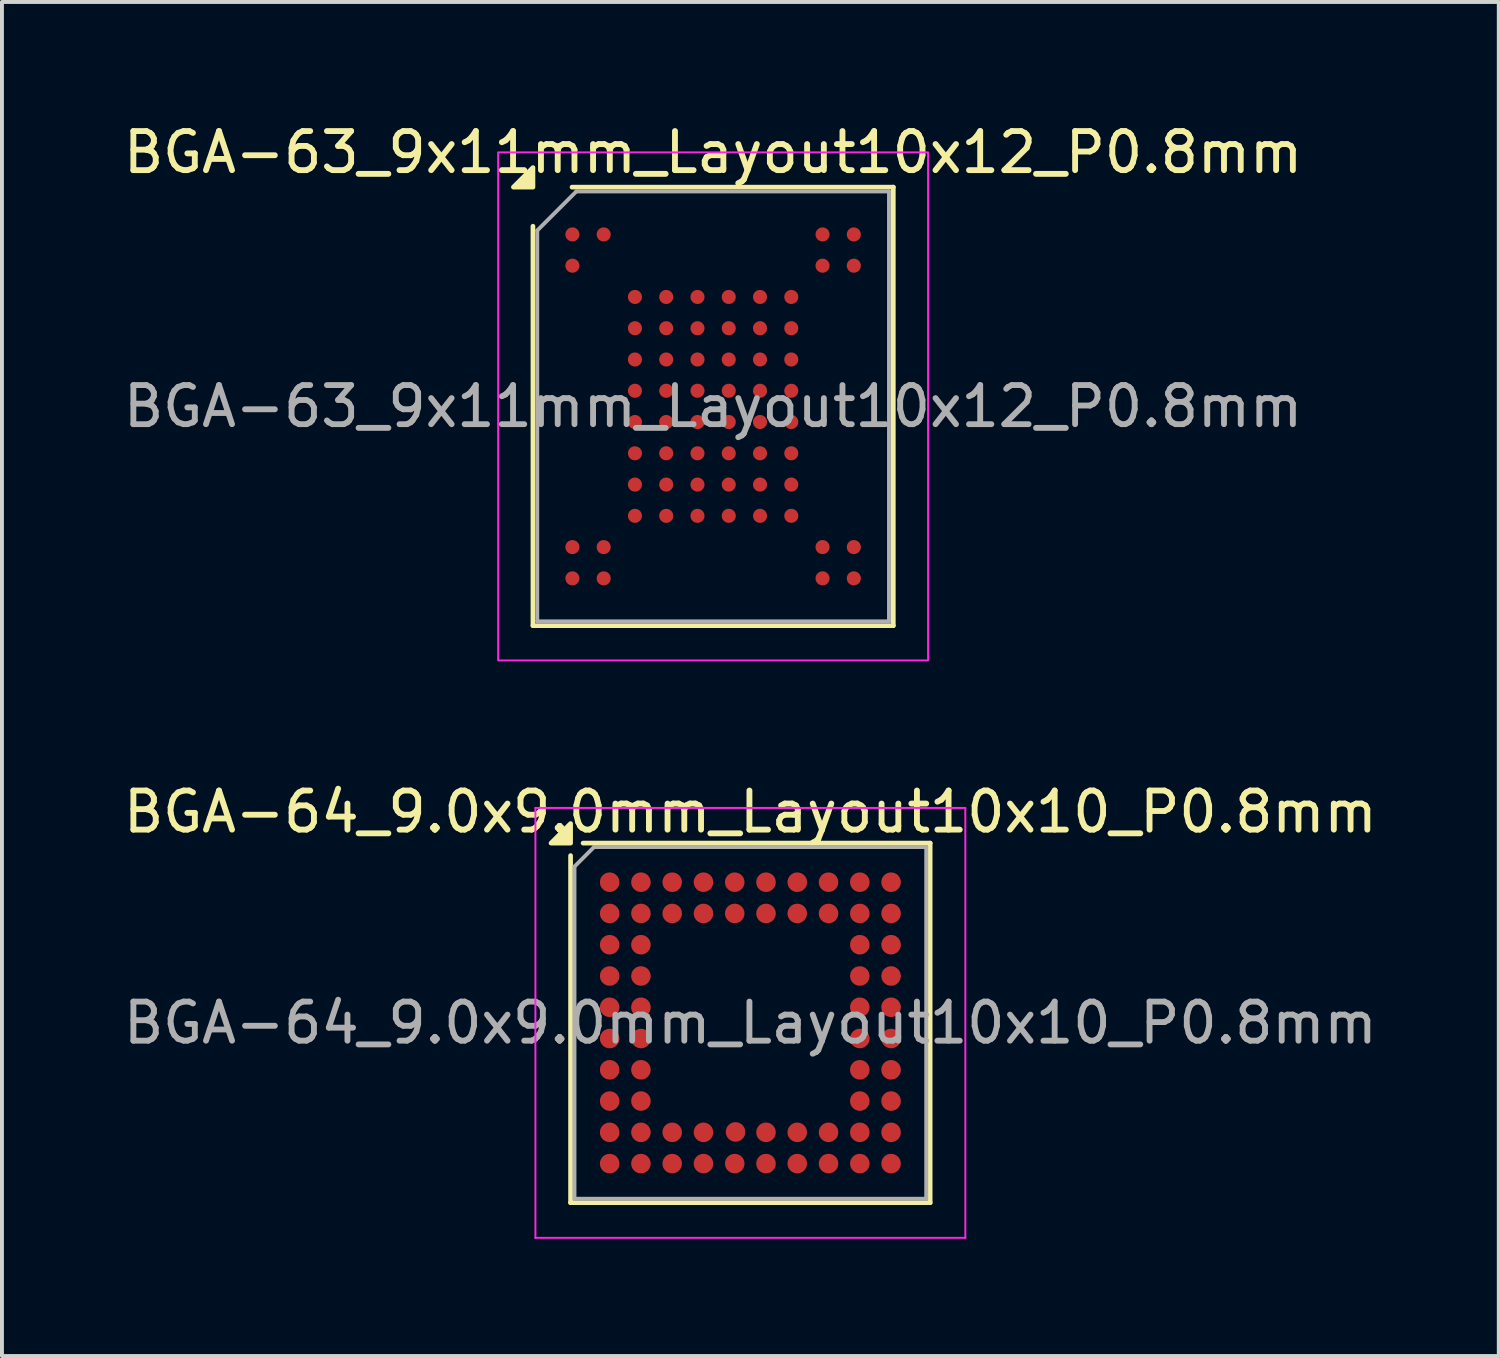
<source format=kicad_pcb>
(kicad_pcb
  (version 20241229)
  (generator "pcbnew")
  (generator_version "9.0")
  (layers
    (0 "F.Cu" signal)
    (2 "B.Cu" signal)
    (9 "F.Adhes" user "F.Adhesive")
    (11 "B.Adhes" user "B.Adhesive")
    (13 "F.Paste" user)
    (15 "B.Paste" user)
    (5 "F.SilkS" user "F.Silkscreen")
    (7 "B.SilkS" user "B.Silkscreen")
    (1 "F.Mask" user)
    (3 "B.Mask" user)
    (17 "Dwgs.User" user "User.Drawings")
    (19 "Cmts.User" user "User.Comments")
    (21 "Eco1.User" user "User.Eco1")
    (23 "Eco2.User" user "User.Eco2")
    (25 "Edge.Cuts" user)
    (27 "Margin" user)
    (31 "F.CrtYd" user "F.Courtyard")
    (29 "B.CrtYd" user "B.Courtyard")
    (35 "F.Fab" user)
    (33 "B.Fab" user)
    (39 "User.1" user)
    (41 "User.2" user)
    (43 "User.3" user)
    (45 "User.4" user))
  (footprint "BGA-63_9x11mm_Layout10x12_P0.8mm"
    (layer "F.Cu")
    (at 15.196 7.348)
    (property "Reference" "BGA-63_9x11mm_Layout10x12_P0.8mm" (at 0 -6.5 0) (layer "F.SilkS") (effects (font (size 1 1) (thickness 0.15))))
    (attr smd)
    (fp_line (start -4.61 5.61) (end -4.61 -4.61) (stroke (width 0.12) (type solid)) (layer "F.SilkS"))
    (fp_line (start -3.61 -5.61) (end 4.61 -5.61) (stroke (width 0.12) (type solid)) (layer "F.SilkS"))
    (fp_line (start 4.61 -5.61) (end 4.61 5.61) (stroke (width 0.12) (type solid)) (layer "F.SilkS"))
    (fp_line (start 4.61 5.61) (end -4.61 5.61) (stroke (width 0.12) (type solid)) (layer "F.SilkS"))
    (fp_poly (pts (xy -4.61 -5.61) (xy -5.11 -5.61) (xy -4.61 -6.11)) (stroke (width 0.12) (type solid)) (fill yes) (layer "F.SilkS"))
    (fp_rect (start -5.5 -6.5) (end 5.5 6.5) (stroke (width 0.05) (type solid)) (fill no) (layer "F.CrtYd"))
    (fp_line (start -4.5 -4.5) (end -3.5 -5.5) (stroke (width 0.1) (type solid)) (layer "F.Fab"))
    (fp_line (start -4.5 5.5) (end -4.5 -4.5) (stroke (width 0.1) (type solid)) (layer "F.Fab"))
    (fp_line (start -3.5 -5.5) (end 4.5 -5.5) (stroke (width 0.1) (type solid)) (layer "F.Fab"))
    (fp_line (start 4.5 -5.5) (end 4.5 5.5) (stroke (width 0.1) (type solid)) (layer "F.Fab"))
    (fp_line (start 4.5 5.5) (end -4.5 5.5) (stroke (width 0.1) (type solid)) (layer "F.Fab"))
    (fp_text user "${REFERENCE}" (at 0 0 0) (layer "F.Fab") (effects (font (size 1 1) (thickness 0.15))))
    (pad "A1" smd circle (at -3.6 -4.4) (size 0.36 0.36) (property pad_prop_bga) (layers "F.Cu" "F.Mask" "F.Paste"))
    (pad "A2" smd circle (at -2.8 -4.4) (size 0.36 0.36) (property pad_prop_bga) (layers "F.Cu" "F.Mask" "F.Paste"))
    (pad "A9" smd circle (at 2.8 -4.4) (size 0.36 0.36) (property pad_prop_bga) (layers "F.Cu" "F.Mask" "F.Paste"))
    (pad "A10" smd circle (at 3.6 -4.4) (size 0.36 0.36) (property pad_prop_bga) (layers "F.Cu" "F.Mask" "F.Paste"))
    (pad "B1" smd circle (at -3.6 -3.6) (size 0.36 0.36) (property pad_prop_bga) (layers "F.Cu" "F.Mask" "F.Paste"))
    (pad "B9" smd circle (at 2.8 -3.6) (size 0.36 0.36) (property pad_prop_bga) (layers "F.Cu" "F.Mask" "F.Paste"))
    (pad "B10" smd circle (at 3.6 -3.6) (size 0.36 0.36) (property pad_prop_bga) (layers "F.Cu" "F.Mask" "F.Paste"))
    (pad "C3" smd circle (at -2 -2.8) (size 0.36 0.36) (property pad_prop_bga) (layers "F.Cu" "F.Mask" "F.Paste"))
    (pad "C4" smd circle (at -1.2 -2.8) (size 0.36 0.36) (property pad_prop_bga) (layers "F.Cu" "F.Mask" "F.Paste"))
    (pad "C5" smd circle (at -0.4 -2.8) (size 0.36 0.36) (property pad_prop_bga) (layers "F.Cu" "F.Mask" "F.Paste"))
    (pad "C6" smd circle (at 0.4 -2.8) (size 0.36 0.36) (property pad_prop_bga) (layers "F.Cu" "F.Mask" "F.Paste"))
    (pad "C7" smd circle (at 1.2 -2.8) (size 0.36 0.36) (property pad_prop_bga) (layers "F.Cu" "F.Mask" "F.Paste"))
    (pad "C8" smd circle (at 2 -2.8) (size 0.36 0.36) (property pad_prop_bga) (layers "F.Cu" "F.Mask" "F.Paste"))
    (pad "D3" smd circle (at -2 -2) (size 0.36 0.36) (property pad_prop_bga) (layers "F.Cu" "F.Mask" "F.Paste"))
    (pad "D4" smd circle (at -1.2 -2) (size 0.36 0.36) (property pad_prop_bga) (layers "F.Cu" "F.Mask" "F.Paste"))
    (pad "D5" smd circle (at -0.4 -2) (size 0.36 0.36) (property pad_prop_bga) (layers "F.Cu" "F.Mask" "F.Paste"))
    (pad "D6" smd circle (at 0.4 -2) (size 0.36 0.36) (property pad_prop_bga) (layers "F.Cu" "F.Mask" "F.Paste"))
    (pad "D7" smd circle (at 1.2 -2) (size 0.36 0.36) (property pad_prop_bga) (layers "F.Cu" "F.Mask" "F.Paste"))
    (pad "D8" smd circle (at 2 -2) (size 0.36 0.36) (property pad_prop_bga) (layers "F.Cu" "F.Mask" "F.Paste"))
    (pad "E3" smd circle (at -2 -1.2) (size 0.36 0.36) (property pad_prop_bga) (layers "F.Cu" "F.Mask" "F.Paste"))
    (pad "E4" smd circle (at -1.2 -1.2) (size 0.36 0.36) (property pad_prop_bga) (layers "F.Cu" "F.Mask" "F.Paste"))
    (pad "E5" smd circle (at -0.4 -1.2) (size 0.36 0.36) (property pad_prop_bga) (layers "F.Cu" "F.Mask" "F.Paste"))
    (pad "E6" smd circle (at 0.4 -1.2) (size 0.36 0.36) (property pad_prop_bga) (layers "F.Cu" "F.Mask" "F.Paste"))
    (pad "E7" smd circle (at 1.2 -1.2) (size 0.36 0.36) (property pad_prop_bga) (layers "F.Cu" "F.Mask" "F.Paste"))
    (pad "E8" smd circle (at 2 -1.2) (size 0.36 0.36) (property pad_prop_bga) (layers "F.Cu" "F.Mask" "F.Paste"))
    (pad "F3" smd circle (at -2 -0.4) (size 0.36 0.36) (property pad_prop_bga) (layers "F.Cu" "F.Mask" "F.Paste"))
    (pad "F4" smd circle (at -1.2 -0.4) (size 0.36 0.36) (property pad_prop_bga) (layers "F.Cu" "F.Mask" "F.Paste"))
    (pad "F5" smd circle (at -0.4 -0.4) (size 0.36 0.36) (property pad_prop_bga) (layers "F.Cu" "F.Mask" "F.Paste"))
    (pad "F6" smd circle (at 0.4 -0.4) (size 0.36 0.36) (property pad_prop_bga) (layers "F.Cu" "F.Mask" "F.Paste"))
    (pad "F7" smd circle (at 1.2 -0.4) (size 0.36 0.36) (property pad_prop_bga) (layers "F.Cu" "F.Mask" "F.Paste"))
    (pad "F8" smd circle (at 2 -0.4) (size 0.36 0.36) (property pad_prop_bga) (layers "F.Cu" "F.Mask" "F.Paste"))
    (pad "G3" smd circle (at -2 0.4) (size 0.36 0.36) (property pad_prop_bga) (layers "F.Cu" "F.Mask" "F.Paste"))
    (pad "G4" smd circle (at -1.2 0.4) (size 0.36 0.36) (property pad_prop_bga) (layers "F.Cu" "F.Mask" "F.Paste"))
    (pad "G5" smd circle (at -0.4 0.4) (size 0.36 0.36) (property pad_prop_bga) (layers "F.Cu" "F.Mask" "F.Paste"))
    (pad "G6" smd circle (at 0.4 0.4) (size 0.36 0.36) (property pad_prop_bga) (layers "F.Cu" "F.Mask" "F.Paste"))
    (pad "G7" smd circle (at 1.2 0.4) (size 0.36 0.36) (property pad_prop_bga) (layers "F.Cu" "F.Mask" "F.Paste"))
    (pad "G8" smd circle (at 2 0.4) (size 0.36 0.36) (property pad_prop_bga) (layers "F.Cu" "F.Mask" "F.Paste"))
    (pad "H3" smd circle (at -2 1.2) (size 0.36 0.36) (property pad_prop_bga) (layers "F.Cu" "F.Mask" "F.Paste"))
    (pad "H4" smd circle (at -1.2 1.2) (size 0.36 0.36) (property pad_prop_bga) (layers "F.Cu" "F.Mask" "F.Paste"))
    (pad "H5" smd circle (at -0.4 1.2) (size 0.36 0.36) (property pad_prop_bga) (layers "F.Cu" "F.Mask" "F.Paste"))
    (pad "H6" smd circle (at 0.4 1.2) (size 0.36 0.36) (property pad_prop_bga) (layers "F.Cu" "F.Mask" "F.Paste"))
    (pad "H7" smd circle (at 1.2 1.2) (size 0.36 0.36) (property pad_prop_bga) (layers "F.Cu" "F.Mask" "F.Paste"))
    (pad "H8" smd circle (at 2 1.2) (size 0.36 0.36) (property pad_prop_bga) (layers "F.Cu" "F.Mask" "F.Paste"))
    (pad "J3" smd circle (at -2 2) (size 0.36 0.36) (property pad_prop_bga) (layers "F.Cu" "F.Mask" "F.Paste"))
    (pad "J4" smd circle (at -1.2 2) (size 0.36 0.36) (property pad_prop_bga) (layers "F.Cu" "F.Mask" "F.Paste"))
    (pad "J5" smd circle (at -0.4 2) (size 0.36 0.36) (property pad_prop_bga) (layers "F.Cu" "F.Mask" "F.Paste"))
    (pad "J6" smd circle (at 0.4 2) (size 0.36 0.36) (property pad_prop_bga) (layers "F.Cu" "F.Mask" "F.Paste"))
    (pad "J7" smd circle (at 1.2 2) (size 0.36 0.36) (property pad_prop_bga) (layers "F.Cu" "F.Mask" "F.Paste"))
    (pad "J8" smd circle (at 2 2) (size 0.36 0.36) (property pad_prop_bga) (layers "F.Cu" "F.Mask" "F.Paste"))
    (pad "K3" smd circle (at -2 2.8) (size 0.36 0.36) (property pad_prop_bga) (layers "F.Cu" "F.Mask" "F.Paste"))
    (pad "K4" smd circle (at -1.2 2.8) (size 0.36 0.36) (property pad_prop_bga) (layers "F.Cu" "F.Mask" "F.Paste"))
    (pad "K5" smd circle (at -0.4 2.8) (size 0.36 0.36) (property pad_prop_bga) (layers "F.Cu" "F.Mask" "F.Paste"))
    (pad "K6" smd circle (at 0.4 2.8) (size 0.36 0.36) (property pad_prop_bga) (layers "F.Cu" "F.Mask" "F.Paste"))
    (pad "K7" smd circle (at 1.2 2.8) (size 0.36 0.36) (property pad_prop_bga) (layers "F.Cu" "F.Mask" "F.Paste"))
    (pad "K8" smd circle (at 2 2.8) (size 0.36 0.36) (property pad_prop_bga) (layers "F.Cu" "F.Mask" "F.Paste"))
    (pad "L1" smd circle (at -3.6 3.6) (size 0.36 0.36) (property pad_prop_bga) (layers "F.Cu" "F.Mask" "F.Paste"))
    (pad "L2" smd circle (at -2.8 3.6) (size 0.36 0.36) (property pad_prop_bga) (layers "F.Cu" "F.Mask" "F.Paste"))
    (pad "L9" smd circle (at 2.8 3.6) (size 0.36 0.36) (property pad_prop_bga) (layers "F.Cu" "F.Mask" "F.Paste"))
    (pad "L10" smd circle (at 3.6 3.6) (size 0.36 0.36) (property pad_prop_bga) (layers "F.Cu" "F.Mask" "F.Paste"))
    (pad "M1" smd circle (at -3.6 4.4) (size 0.36 0.36) (property pad_prop_bga) (layers "F.Cu" "F.Mask" "F.Paste"))
    (pad "M2" smd circle (at -2.8 4.4) (size 0.36 0.36) (property pad_prop_bga) (layers "F.Cu" "F.Mask" "F.Paste"))
    (pad "M9" smd circle (at 2.8 4.4) (size 0.36 0.36) (property pad_prop_bga) (layers "F.Cu" "F.Mask" "F.Paste"))
    (pad "M10" smd circle (at 3.6 4.4) (size 0.36 0.36) (property pad_prop_bga) (layers "F.Cu" "F.Mask" "F.Paste")))
  (footprint "BGA-64_9.0x9.0mm_Layout10x10_P0.8mm"
    (layer "F.Cu")
    (at 16.149 23.122)
    (property "Reference" "BGA-64_9.0x9.0mm_Layout10x10_P0.8mm" (at 0 -5.4 0) (layer "F.SilkS") (effects (font (size 1 1) (thickness 0.15))))
    (attr smd)
    (fp_line (start -4.6 -4.28) (end -4.6 4.6) (stroke (width 0.12) (type solid)) (layer "F.SilkS"))
    (fp_line (start -4.6 4.6) (end 4.6 4.6) (stroke (width 0.12) (type solid)) (layer "F.SilkS"))
    (fp_line (start 4.6 -4.6) (end -4.28 -4.6) (stroke (width 0.12) (type solid)) (layer "F.SilkS"))
    (fp_line (start 4.6 4.6) (end 4.6 -4.6) (stroke (width 0.12) (type solid)) (layer "F.SilkS"))
    (fp_poly (pts (xy -4.6 -4.6) (xy -5.1 -4.6) (xy -4.6 -5.1) (xy -4.6 -4.6)) (stroke (width 0.12) (type solid)) (fill yes) (layer "F.SilkS"))
    (fp_line (start -5.5 -5.5) (end -5.5 5.5) (stroke (width 0.05) (type solid)) (layer "F.CrtYd"))
    (fp_line (start -5.5 -5.5) (end 5.5 -5.5) (stroke (width 0.05) (type solid)) (layer "F.CrtYd"))
    (fp_line (start 5.5 5.5) (end -5.5 5.5) (stroke (width 0.05) (type solid)) (layer "F.CrtYd"))
    (fp_line (start 5.5 5.5) (end 5.5 -5.5) (stroke (width 0.05) (type solid)) (layer "F.CrtYd"))
    (fp_line (start -4.5 -4) (end -4.5 4.5) (stroke (width 0.1) (type solid)) (layer "F.Fab"))
    (fp_line (start -4.5 4.5) (end 4.5 4.5) (stroke (width 0.1) (type solid)) (layer "F.Fab"))
    (fp_line (start -4 -4.5) (end -4.5 -4) (stroke (width 0.1) (type solid)) (layer "F.Fab"))
    (fp_line (start 4.5 -4.5) (end -4 -4.5) (stroke (width 0.1) (type solid)) (layer "F.Fab"))
    (fp_line (start 4.5 4.5) (end 4.5 -4.5) (stroke (width 0.1) (type solid)) (layer "F.Fab"))
    (fp_text user "${REFERENCE}" (at 0 0 0) (layer "F.Fab") (effects (font (size 1 1) (thickness 0.15))))
    (pad "A1" smd circle (at -3.6 -3.6) (size 0.5 0.5) (property pad_prop_bga) (layers "F.Cu" "F.Mask" "F.Paste"))
    (pad "A2" smd circle (at -2.8 -3.6) (size 0.5 0.5) (property pad_prop_bga) (layers "F.Cu" "F.Mask" "F.Paste"))
    (pad "A3" smd circle (at -2 -3.6) (size 0.5 0.5) (property pad_prop_bga) (layers "F.Cu" "F.Mask" "F.Paste"))
    (pad "A4" smd circle (at -1.2 -3.6) (size 0.5 0.5) (property pad_prop_bga) (layers "F.Cu" "F.Mask" "F.Paste"))
    (pad "A5" smd circle (at -0.4 -3.6) (size 0.5 0.5) (property pad_prop_bga) (layers "F.Cu" "F.Mask" "F.Paste"))
    (pad "A6" smd circle (at 0.4 -3.6) (size 0.5 0.5) (property pad_prop_bga) (layers "F.Cu" "F.Mask" "F.Paste"))
    (pad "A7" smd circle (at 1.2 -3.6) (size 0.5 0.5) (property pad_prop_bga) (layers "F.Cu" "F.Mask" "F.Paste"))
    (pad "A8" smd circle (at 2 -3.6) (size 0.5 0.5) (property pad_prop_bga) (layers "F.Cu" "F.Mask" "F.Paste"))
    (pad "A9" smd circle (at 2.8 -3.6) (size 0.5 0.5) (property pad_prop_bga) (layers "F.Cu" "F.Mask" "F.Paste"))
    (pad "A10" smd circle (at 3.6 -3.6) (size 0.5 0.5) (property pad_prop_bga) (layers "F.Cu" "F.Mask" "F.Paste"))
    (pad "B1" smd circle (at -3.6 -2.8) (size 0.5 0.5) (property pad_prop_bga) (layers "F.Cu" "F.Mask" "F.Paste"))
    (pad "B2" smd circle (at -2.8 -2.8) (size 0.5 0.5) (property pad_prop_bga) (layers "F.Cu" "F.Mask" "F.Paste"))
    (pad "B3" smd circle (at -2 -2.8) (size 0.5 0.5) (property pad_prop_bga) (layers "F.Cu" "F.Mask" "F.Paste"))
    (pad "B4" smd circle (at -1.2 -2.8) (size 0.5 0.5) (property pad_prop_bga) (layers "F.Cu" "F.Mask" "F.Paste"))
    (pad "B5" smd circle (at -0.4 -2.8) (size 0.5 0.5) (property pad_prop_bga) (layers "F.Cu" "F.Mask" "F.Paste"))
    (pad "B6" smd circle (at 0.4 -2.8) (size 0.5 0.5) (property pad_prop_bga) (layers "F.Cu" "F.Mask" "F.Paste"))
    (pad "B7" smd circle (at 1.2 -2.8) (size 0.5 0.5) (property pad_prop_bga) (layers "F.Cu" "F.Mask" "F.Paste"))
    (pad "B8" smd circle (at 2 -2.8) (size 0.5 0.5) (property pad_prop_bga) (layers "F.Cu" "F.Mask" "F.Paste"))
    (pad "B9" smd circle (at 2.8 -2.8) (size 0.5 0.5) (property pad_prop_bga) (layers "F.Cu" "F.Mask" "F.Paste"))
    (pad "B10" smd circle (at 3.6 -2.8) (size 0.5 0.5) (property pad_prop_bga) (layers "F.Cu" "F.Mask" "F.Paste"))
    (pad "C1" smd circle (at -3.6 -2) (size 0.5 0.5) (property pad_prop_bga) (layers "F.Cu" "F.Mask" "F.Paste"))
    (pad "C2" smd circle (at -2.8 -2) (size 0.5 0.5) (property pad_prop_bga) (layers "F.Cu" "F.Mask" "F.Paste"))
    (pad "C9" smd circle (at 2.8 -2) (size 0.5 0.5) (property pad_prop_bga) (layers "F.Cu" "F.Mask" "F.Paste"))
    (pad "C10" smd circle (at 3.6 -2) (size 0.5 0.5) (property pad_prop_bga) (layers "F.Cu" "F.Mask" "F.Paste"))
    (pad "D1" smd circle (at -3.6 -1.2) (size 0.5 0.5) (property pad_prop_bga) (layers "F.Cu" "F.Mask" "F.Paste"))
    (pad "D2" smd circle (at -2.8 -1.2) (size 0.5 0.5) (property pad_prop_bga) (layers "F.Cu" "F.Mask" "F.Paste"))
    (pad "D9" smd circle (at 2.8 -1.2) (size 0.5 0.5) (property pad_prop_bga) (layers "F.Cu" "F.Mask" "F.Paste"))
    (pad "D10" smd circle (at 3.6 -1.2) (size 0.5 0.5) (property pad_prop_bga) (layers "F.Cu" "F.Mask" "F.Paste"))
    (pad "E1" smd circle (at -3.6 -0.4) (size 0.5 0.5) (property pad_prop_bga) (layers "F.Cu" "F.Mask" "F.Paste"))
    (pad "E2" smd circle (at -2.8 -0.4) (size 0.5 0.5) (property pad_prop_bga) (layers "F.Cu" "F.Mask" "F.Paste"))
    (pad "E9" smd circle (at 2.8 -0.4) (size 0.5 0.5) (property pad_prop_bga) (layers "F.Cu" "F.Mask" "F.Paste"))
    (pad "E10" smd circle (at 3.6 -0.4) (size 0.5 0.5) (property pad_prop_bga) (layers "F.Cu" "F.Mask" "F.Paste"))
    (pad "F1" smd circle (at -3.6 0.4) (size 0.5 0.5) (property pad_prop_bga) (layers "F.Cu" "F.Mask" "F.Paste"))
    (pad "F2" smd circle (at -2.8 0.4) (size 0.5 0.5) (property pad_prop_bga) (layers "F.Cu" "F.Mask" "F.Paste"))
    (pad "F9" smd circle (at 2.8 0.4) (size 0.5 0.5) (property pad_prop_bga) (layers "F.Cu" "F.Mask" "F.Paste"))
    (pad "F10" smd circle (at 3.6 0.4) (size 0.5 0.5) (property pad_prop_bga) (layers "F.Cu" "F.Mask" "F.Paste"))
    (pad "G1" smd circle (at -3.6 1.2) (size 0.5 0.5) (property pad_prop_bga) (layers "F.Cu" "F.Mask" "F.Paste"))
    (pad "G2" smd circle (at -2.8 1.2) (size 0.5 0.5) (property pad_prop_bga) (layers "F.Cu" "F.Mask" "F.Paste"))
    (pad "G9" smd circle (at 2.8 1.2) (size 0.5 0.5) (property pad_prop_bga) (layers "F.Cu" "F.Mask" "F.Paste"))
    (pad "G10" smd circle (at 3.6 1.2) (size 0.5 0.5) (property pad_prop_bga) (layers "F.Cu" "F.Mask" "F.Paste"))
    (pad "H1" smd circle (at -3.6 2) (size 0.5 0.5) (property pad_prop_bga) (layers "F.Cu" "F.Mask" "F.Paste"))
    (pad "H2" smd circle (at -2.8 2) (size 0.5 0.5) (property pad_prop_bga) (layers "F.Cu" "F.Mask" "F.Paste"))
    (pad "H9" smd circle (at 2.8 2) (size 0.5 0.5) (property pad_prop_bga) (layers "F.Cu" "F.Mask" "F.Paste"))
    (pad "H10" smd circle (at 3.6 2) (size 0.5 0.5) (property pad_prop_bga) (layers "F.Cu" "F.Mask" "F.Paste"))
    (pad "J1" smd circle (at -3.6 2.8) (size 0.5 0.5) (property pad_prop_bga) (layers "F.Cu" "F.Mask" "F.Paste"))
    (pad "J2" smd circle (at -2.8 2.8) (size 0.5 0.5) (property pad_prop_bga) (layers "F.Cu" "F.Mask" "F.Paste"))
    (pad "J3" smd circle (at -2 2.8) (size 0.5 0.5) (property pad_prop_bga) (layers "F.Cu" "F.Mask" "F.Paste"))
    (pad "J4" smd circle (at -1.2 2.8) (size 0.5 0.5) (property pad_prop_bga) (layers "F.Cu" "F.Mask" "F.Paste"))
    (pad "J5" smd circle (at -0.38 2.79) (size 0.5 0.5) (property pad_prop_bga) (layers "F.Cu" "F.Mask" "F.Paste"))
    (pad "J6" smd circle (at 0.4 2.8) (size 0.5 0.5) (property pad_prop_bga) (layers "F.Cu" "F.Mask" "F.Paste"))
    (pad "J7" smd circle (at 1.2 2.8) (size 0.5 0.5) (property pad_prop_bga) (layers "F.Cu" "F.Mask" "F.Paste"))
    (pad "J8" smd circle (at 2 2.8) (size 0.5 0.5) (property pad_prop_bga) (layers "F.Cu" "F.Mask" "F.Paste"))
    (pad "J9" smd circle (at 2.8 2.8) (size 0.5 0.5) (property pad_prop_bga) (layers "F.Cu" "F.Mask" "F.Paste"))
    (pad "J10" smd circle (at 3.6 2.8) (size 0.5 0.5) (property pad_prop_bga) (layers "F.Cu" "F.Mask" "F.Paste"))
    (pad "K1" smd circle (at -3.6 3.6) (size 0.5 0.5) (property pad_prop_bga) (layers "F.Cu" "F.Mask" "F.Paste"))
    (pad "K2" smd circle (at -2.8 3.6) (size 0.5 0.5) (property pad_prop_bga) (layers "F.Cu" "F.Mask" "F.Paste"))
    (pad "K3" smd circle (at -2 3.6) (size 0.5 0.5) (property pad_prop_bga) (layers "F.Cu" "F.Mask" "F.Paste"))
    (pad "K4" smd circle (at -1.2 3.6) (size 0.5 0.5) (property pad_prop_bga) (layers "F.Cu" "F.Mask" "F.Paste"))
    (pad "K5" smd circle (at -0.4 3.6) (size 0.5 0.5) (property pad_prop_bga) (layers "F.Cu" "F.Mask" "F.Paste"))
    (pad "K6" smd circle (at 0.4 3.6) (size 0.5 0.5) (property pad_prop_bga) (layers "F.Cu" "F.Mask" "F.Paste"))
    (pad "K7" smd circle (at 1.2 3.6) (size 0.5 0.5) (property pad_prop_bga) (layers "F.Cu" "F.Mask" "F.Paste"))
    (pad "K8" smd circle (at 2 3.6) (size 0.5 0.5) (property pad_prop_bga) (layers "F.Cu" "F.Mask" "F.Paste"))
    (pad "K9" smd circle (at 2.8 3.6) (size 0.5 0.5) (property pad_prop_bga) (layers "F.Cu" "F.Mask" "F.Paste"))
    (pad "K10" smd circle (at 3.6 3.6) (size 0.5 0.5) (property pad_prop_bga) (layers "F.Cu" "F.Mask" "F.Paste")))
  (gr_rect
    (start -3 -3)
    (end 35.298 31.646)
    (stroke (width 0.1) (type default))
    (fill no)
    (layer "Edge.Cuts")))
</source>
